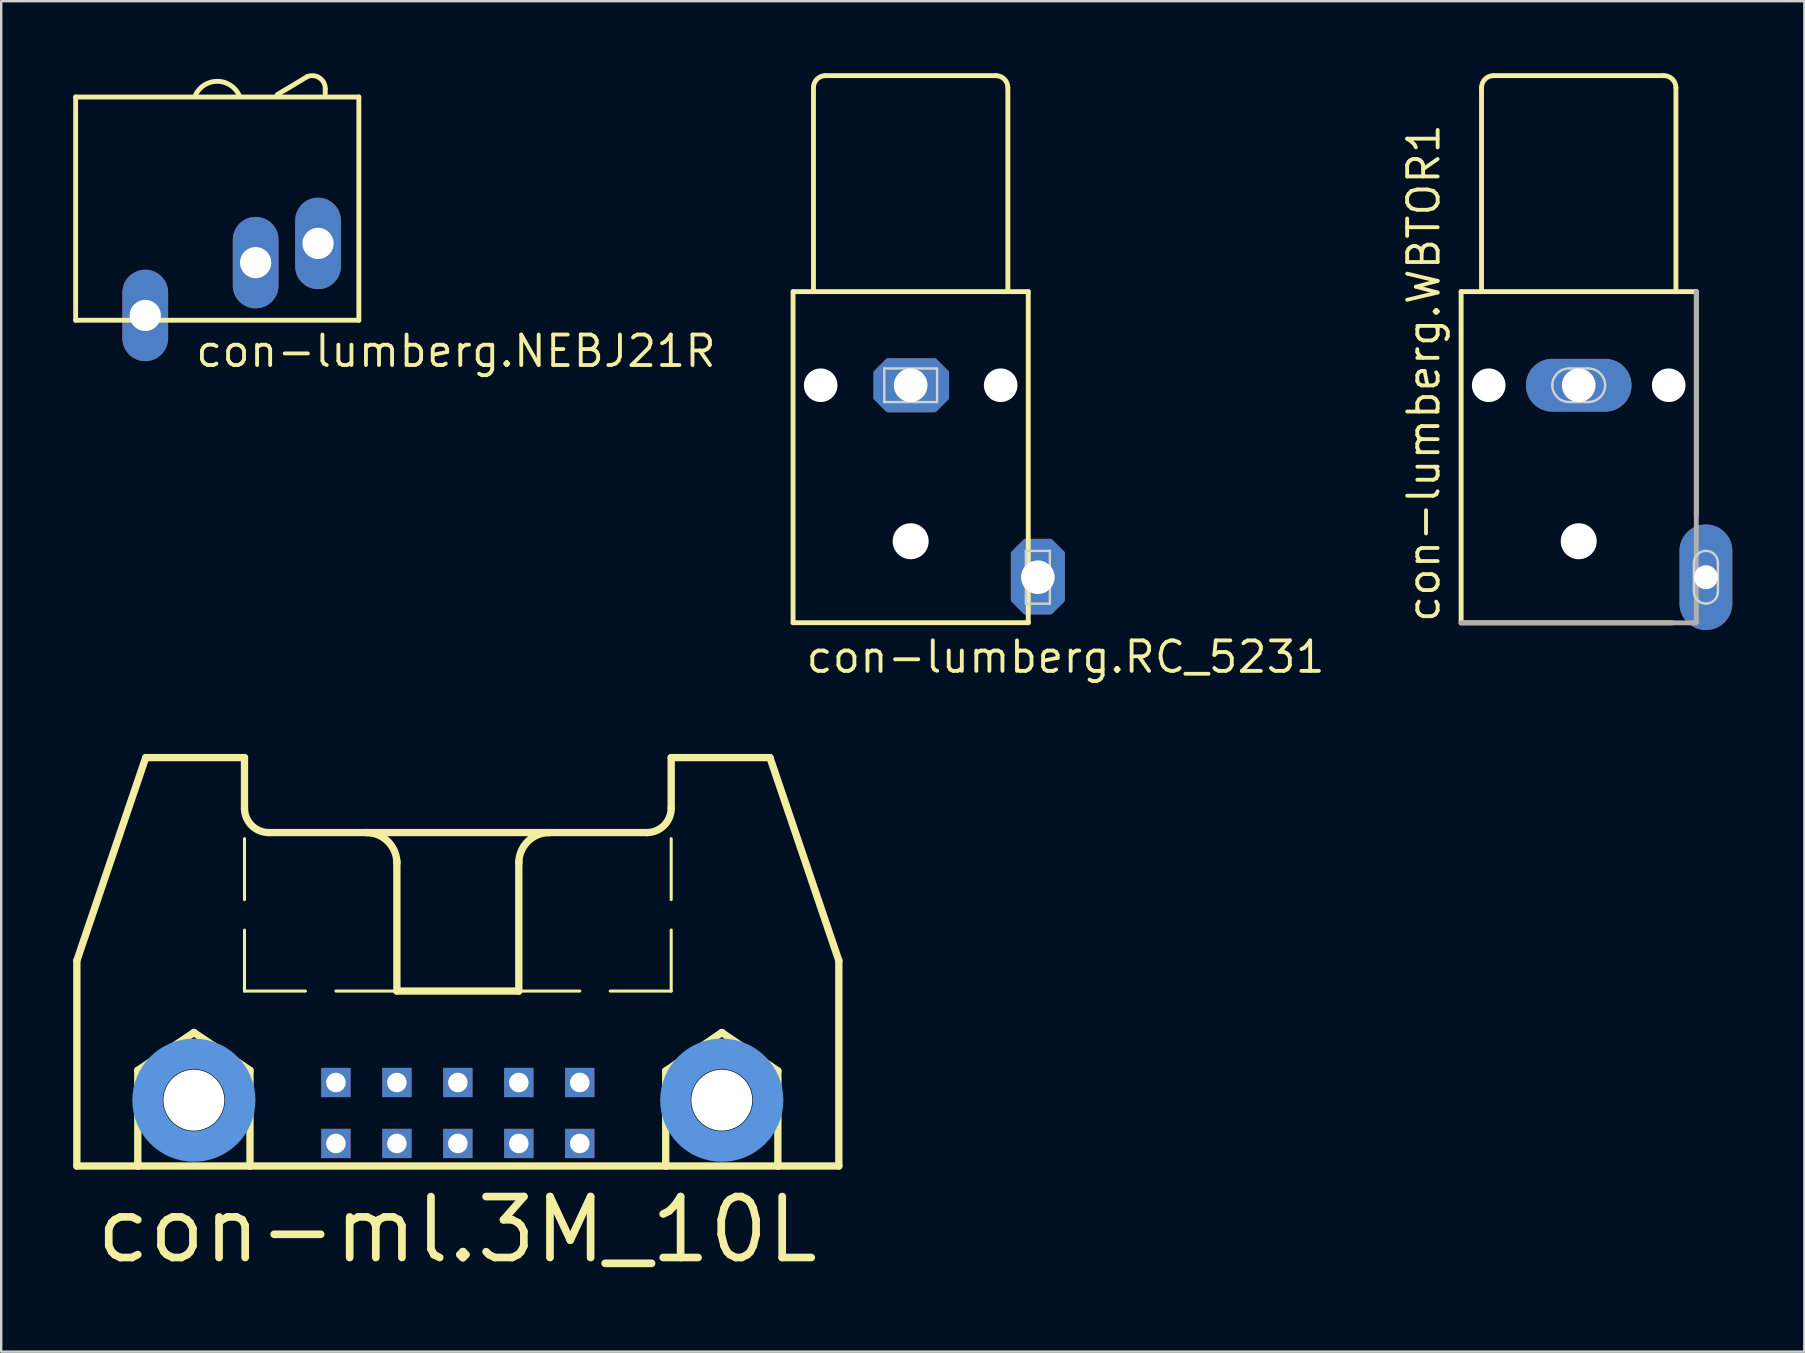
<source format=kicad_pcb>
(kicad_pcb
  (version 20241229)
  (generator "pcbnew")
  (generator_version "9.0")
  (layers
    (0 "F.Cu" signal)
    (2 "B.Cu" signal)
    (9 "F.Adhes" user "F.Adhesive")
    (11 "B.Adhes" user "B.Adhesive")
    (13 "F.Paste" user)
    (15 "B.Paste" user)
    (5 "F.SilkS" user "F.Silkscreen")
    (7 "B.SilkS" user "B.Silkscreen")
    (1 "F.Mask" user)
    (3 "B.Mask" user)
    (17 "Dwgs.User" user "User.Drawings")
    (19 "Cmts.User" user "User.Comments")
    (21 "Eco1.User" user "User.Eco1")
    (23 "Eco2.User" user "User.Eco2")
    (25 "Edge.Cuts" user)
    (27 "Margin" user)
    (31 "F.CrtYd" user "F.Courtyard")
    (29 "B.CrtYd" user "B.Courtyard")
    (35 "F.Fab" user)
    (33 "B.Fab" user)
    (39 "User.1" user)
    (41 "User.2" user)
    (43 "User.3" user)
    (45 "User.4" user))
  (footprint "con-lumberg.RC_5231"
    (layer "F.Cu")
    (at 34.895 13.002)
    (property "Reference" "con-lumberg.RC_5231" (at -4.445 12.065 0) (layer "F.SilkS") (effects (font (size 1.27 1.27) (thickness 0.16)) (justify left bottom)))
    (attr through_hole)
    (fp_poly (pts (xy 1 1.025) (xy -0.95 1.025) (xy -1.45 0.525) (xy -1.45 -0.525) (xy -0.95 -1.025) (xy 1 -1.025) (xy 1.5 -0.525) (xy 1.5 0.525)) (stroke (width 0.2) (type default)) (fill yes) (layer "F.Cu"))
    (fp_poly (pts (xy 4.275 7) (xy 4.275 8.95) (xy 4.775 9.45) (xy 5.825 9.45) (xy 6.325 8.95) (xy 6.325 7) (xy 5.825 6.5) (xy 4.775 6.5)) (stroke (width 0.2) (type default)) (fill yes) (layer "F.Cu"))
    (fp_poly (pts (xy 1 1.025) (xy -0.95 1.025) (xy -1.45 0.525) (xy -1.45 -0.525) (xy -0.95 -1.025) (xy 1 -1.025) (xy 1.5 -0.525) (xy 1.5 0.525)) (stroke (width 0.2) (type default)) (fill yes) (layer "B.Cu"))
    (fp_poly (pts (xy 4.275 7) (xy 4.275 8.95) (xy 4.775 9.45) (xy 5.825 9.45) (xy 6.325 8.95) (xy 6.325 7) (xy 5.825 6.5) (xy 4.775 6.5)) (stroke (width 0.2) (type default)) (fill yes) (layer "B.Cu"))
    (fp_line (start -4.9 -3.9) (end 4.9 -3.9) (stroke (width 0.203) (type default)) (layer "F.SilkS"))
    (fp_line (start -4.9 9.895) (end -4.9 -3.9) (stroke (width 0.203) (type default)) (layer "F.SilkS"))
    (fp_line (start -4.05 -4) (end -4.05 -12.4) (stroke (width 0.203) (type default)) (layer "F.SilkS"))
    (fp_line (start -3.55 -12.9) (end 3.55 -12.9) (stroke (width 0.203) (type default)) (layer "F.SilkS"))
    (fp_line (start 4.05 -12.4) (end 4.05 -4) (stroke (width 0.203) (type default)) (layer "F.SilkS"))
    (fp_line (start 4.9 -3.9) (end 4.9 9.895) (stroke (width 0.203) (type default)) (layer "F.SilkS"))
    (fp_line (start 4.9 9.895) (end -4.9 9.895) (stroke (width 0.203) (type default)) (layer "F.SilkS"))
    (fp_arc (start -4.05 -12.4) (mid -3.903553 -12.753553) (end -3.55 -12.9) (stroke (width 0.2032) (type default)) (layer "F.SilkS"))
    (fp_arc (start 3.55 -12.9) (mid 3.903553 -12.753553) (end 4.05 -12.4) (stroke (width 0.2032) (type default)) (layer "F.SilkS"))
    (fp_line (start -1.1 -0.7) (end 1.1 -0.7) (stroke (width 0.1) (type default)) (layer "Edge.Cuts"))
    (fp_line (start -1.1 0.7) (end -1.1 -0.7) (stroke (width 0.1) (type default)) (layer "Edge.Cuts"))
    (fp_line (start 1.1 -0.7) (end 1.1 0.7) (stroke (width 0.1) (type default)) (layer "Edge.Cuts"))
    (fp_line (start 1.1 0.7) (end -1.1 0.7) (stroke (width 0.1) (type default)) (layer "Edge.Cuts"))
    (fp_line (start 4.8 6.9) (end 4.8 9.1) (stroke (width 0.1) (type default)) (layer "Edge.Cuts"))
    (fp_line (start 4.8 9.1) (end 5.8 9.1) (stroke (width 0.1) (type default)) (layer "Edge.Cuts"))
    (fp_line (start 5.8 6.9) (end 4.8 6.9) (stroke (width 0.1) (type default)) (layer "Edge.Cuts"))
    (fp_line (start 5.8 9.1) (end 5.8 6.9) (stroke (width 0.1) (type default)) (layer "Edge.Cuts"))
    (pad "" np_thru_hole circle (at -3.75 0) (size 1.4 1.4) (drill 1.4) (layers "*.Cu" "*.Mask"))
    (pad "" np_thru_hole circle (at 0 6.5) (size 1.5 1.5) (drill 1.5) (layers "*.Cu" "*.Mask"))
    (pad "" np_thru_hole circle (at 3.75 0) (size 1.4 1.4) (drill 1.4) (layers "*.Cu" "*.Mask"))
    (pad "S" thru_hole circle (at 0 0) (size 1.778 1.778) (drill 1.4) (layers "*.Cu" "*.Mask"))
    (pad "T" thru_hole circle (at 5.3 8 180) (size 1.778 1.778) (drill 1.4) (layers "*.Cu" "*.Mask")))
  (footprint "con-ml.3M_10L"
    (layer "F.Cu")
    (at 16.027 39.515)
    (property "Reference" "con-ml.3M_10L" (at -15.24 10.16 0) (layer "F.SilkS") (effects (font (size 2.54 2.54) (thickness 0.32)) (justify left bottom)))
    (attr through_hole)
    (fp_line (start -15.875 -2.54) (end -15.875 6.02) (stroke (width 0.305) (type default)) (layer "F.SilkS"))
    (fp_line (start -15.875 -2.54) (end -13.005 -10.998) (stroke (width 0.305) (type default)) (layer "F.SilkS"))
    (fp_line (start -15.875 6.02) (end -13.335 6.02) (stroke (width 0.305) (type default)) (layer "F.SilkS"))
    (fp_line (start -13.335 2.032) (end -10.998 0.457) (stroke (width 0.305) (type default)) (layer "F.SilkS"))
    (fp_line (start -13.335 6.02) (end -13.335 2.032) (stroke (width 0.305) (type default)) (layer "F.SilkS"))
    (fp_line (start -13.335 6.02) (end -8.661 6.02) (stroke (width 0.305) (type default)) (layer "F.SilkS"))
    (fp_line (start -10.998 0.457) (end -8.661 2.032) (stroke (width 0.305) (type default)) (layer "F.SilkS"))
    (fp_line (start -8.89 -10.998) (end -13.005 -10.998) (stroke (width 0.305) (type default)) (layer "F.SilkS"))
    (fp_line (start -8.89 -8.89) (end -8.89 -10.998) (stroke (width 0.305) (type default)) (layer "F.SilkS"))
    (fp_line (start -8.89 -5.08) (end -8.89 -7.62) (stroke (width 0.127) (type default)) (layer "F.SilkS"))
    (fp_line (start -8.89 -1.27) (end -8.89 -3.81) (stroke (width 0.127) (type default)) (layer "F.SilkS"))
    (fp_line (start -8.89 -1.27) (end -6.35 -1.27) (stroke (width 0.127) (type default)) (layer "F.SilkS"))
    (fp_line (start -8.661 2.032) (end -8.661 6.02) (stroke (width 0.305) (type default)) (layer "F.SilkS"))
    (fp_line (start -8.661 6.02) (end 8.661 6.02) (stroke (width 0.305) (type default)) (layer "F.SilkS"))
    (fp_line (start -5.08 -1.27) (end -2.54 -1.27) (stroke (width 0.127) (type default)) (layer "F.SilkS"))
    (fp_line (start -3.81 -7.874) (end -7.874 -7.874) (stroke (width 0.305) (type default)) (layer "F.SilkS"))
    (fp_line (start -3.81 -7.874) (end 7.874 -7.874) (stroke (width 0.305) (type default)) (layer "F.SilkS"))
    (fp_line (start -2.54 -1.27) (end -2.54 -6.68) (stroke (width 0.305) (type default)) (layer "F.SilkS"))
    (fp_line (start 0 -1.27) (end 2.54 -1.27) (stroke (width 0.127) (type default)) (layer "F.SilkS"))
    (fp_line (start 2.54 -1.27) (end -2.54 -1.27) (stroke (width 0.305) (type default)) (layer "F.SilkS"))
    (fp_line (start 2.54 -1.27) (end 2.54 -6.68) (stroke (width 0.305) (type default)) (layer "F.SilkS"))
    (fp_line (start 5.08 -1.27) (end 2.54 -1.27) (stroke (width 0.127) (type default)) (layer "F.SilkS"))
    (fp_line (start 8.661 2.057) (end 10.998 0.457) (stroke (width 0.305) (type default)) (layer "F.SilkS"))
    (fp_line (start 8.661 6.02) (end 8.661 2.057) (stroke (width 0.305) (type default)) (layer "F.SilkS"))
    (fp_line (start 8.661 6.02) (end 13.335 6.02) (stroke (width 0.305) (type default)) (layer "F.SilkS"))
    (fp_line (start 8.89 -10.998) (end 13.005 -10.998) (stroke (width 0.305) (type default)) (layer "F.SilkS"))
    (fp_line (start 8.89 -8.89) (end 8.89 -10.998) (stroke (width 0.305) (type default)) (layer "F.SilkS"))
    (fp_line (start 8.89 -5.08) (end 8.89 -7.62) (stroke (width 0.127) (type default)) (layer "F.SilkS"))
    (fp_line (start 8.89 -1.27) (end 6.35 -1.27) (stroke (width 0.127) (type default)) (layer "F.SilkS"))
    (fp_line (start 8.89 -1.27) (end 8.89 -3.81) (stroke (width 0.127) (type default)) (layer "F.SilkS"))
    (fp_line (start 10.998 0.457) (end 13.335 2.057) (stroke (width 0.305) (type default)) (layer "F.SilkS"))
    (fp_line (start 13.335 2.057) (end 13.335 6.02) (stroke (width 0.305) (type default)) (layer "F.SilkS"))
    (fp_line (start 13.335 6.02) (end 15.875 6.02) (stroke (width 0.305) (type default)) (layer "F.SilkS"))
    (fp_line (start 15.875 -2.54) (end 13.005 -10.998) (stroke (width 0.305) (type default)) (layer "F.SilkS"))
    (fp_line (start 15.875 6.02) (end 15.875 -2.54) (stroke (width 0.305) (type default)) (layer "F.SilkS"))
    (fp_arc (start -7.874 -7.874) (mid -8.59242 -8.17158) (end -8.89 -8.89) (stroke (width 0.3048) (type default)) (layer "F.SilkS"))
    (fp_arc (start -3.81 -7.874) (mid -2.911974 -7.502026) (end -2.54 -6.604) (stroke (width 0.3048) (type default)) (layer "F.SilkS"))
    (fp_arc (start 2.54 -6.604) (mid 2.911974 -7.502026) (end 3.81 -7.874) (stroke (width 0.3048) (type default)) (layer "F.SilkS"))
    (fp_arc (start 8.89 -8.89) (mid 8.59242 -8.17158) (end 7.874 -7.874) (stroke (width 0.3048) (type default)) (layer "F.SilkS"))
    (fp_circle (center -10.998 3.277) (end -9.068 3.277) (stroke (width 1.27) (type default)) (fill no) (layer "Cmts.User"))
    (fp_circle (center 10.998 3.277) (end 12.929 3.277) (stroke (width 1.27) (type default)) (fill no) (layer "Cmts.User"))
    (pad "" np_thru_hole circle (at -10.998 3.277) (size 2.54 2.54) (drill 2.54) (layers "*.Cu" "*.Mask"))
    (pad "" np_thru_hole circle (at 10.998 3.277) (size 2.54 2.54) (drill 2.54) (layers "*.Cu" "*.Mask"))
    (pad "1" thru_hole rect (at -5.08 5.08) (size 1.219 1.219) (drill 0.813) (layers "*.Cu" "*.Mask"))
    (pad "2" thru_hole rect (at -5.08 2.54) (size 1.219 1.219) (drill 0.813) (layers "*.Cu" "*.Mask"))
    (pad "3" thru_hole rect (at -2.54 5.08) (size 1.219 1.219) (drill 0.813) (layers "*.Cu" "*.Mask"))
    (pad "4" thru_hole rect (at -2.54 2.54) (size 1.219 1.219) (drill 0.813) (layers "*.Cu" "*.Mask"))
    (pad "5" thru_hole rect (at 0 5.08) (size 1.219 1.219) (drill 0.813) (layers "*.Cu" "*.Mask"))
    (pad "6" thru_hole rect (at 0 2.54) (size 1.219 1.219) (drill 0.813) (layers "*.Cu" "*.Mask"))
    (pad "7" thru_hole rect (at 2.54 5.08) (size 1.219 1.219) (drill 0.813) (layers "*.Cu" "*.Mask"))
    (pad "8" thru_hole rect (at 2.54 2.54) (size 1.219 1.219) (drill 0.813) (layers "*.Cu" "*.Mask"))
    (pad "9" thru_hole rect (at 5.08 5.08) (size 1.219 1.219) (drill 0.813) (layers "*.Cu" "*.Mask"))
    (pad "10" thru_hole rect (at 5.08 2.54) (size 1.219 1.219) (drill 0.813) (layers "*.Cu" "*.Mask")))
  (footprint "con-lumberg.WBTOR1"
    (layer "F.Cu")
    (at 62.731 9.002)
    (property "Reference" "con-lumberg.WBTOR1" (at -5.715 13.97 90) (layer "F.SilkS") (effects (font (size 1.27 1.27) (thickness 0.16)) (justify left bottom)))
    (attr through_hole)
    (fp_line (start -4.9 0.1) (end -4.9 13.9) (stroke (width 0.203) (type default)) (layer "F.SilkS"))
    (fp_line (start -4.9 0.1) (end 4.9 0.1) (stroke (width 0.203) (type default)) (layer "F.SilkS"))
    (fp_line (start -4.9 13.9) (end 3.9 13.9) (stroke (width 0.203) (type default)) (layer "F.SilkS"))
    (fp_line (start -4.05 0) (end -4.05 -8.4) (stroke (width 0.203) (type default)) (layer "F.SilkS"))
    (fp_line (start -3.55 -8.9) (end 3.55 -8.9) (stroke (width 0.203) (type default)) (layer "F.SilkS"))
    (fp_line (start 4.05 -8.4) (end 4.05 0) (stroke (width 0.203) (type default)) (layer "F.SilkS"))
    (fp_line (start 4.9 0.1) (end 4.9 9.4) (stroke (width 0.203) (type default)) (layer "F.SilkS"))
    (fp_arc (start -4.05 -8.4) (mid -3.903553 -8.753553) (end -3.55 -8.9) (stroke (width 0.2032) (type default)) (layer "F.SilkS"))
    (fp_arc (start 3.55 -8.9) (mid 3.903553 -8.753553) (end 4.05 -8.4) (stroke (width 0.2032) (type default)) (layer "F.SilkS"))
    (fp_line (start -0.4 3.3) (end 0.4 3.3) (stroke (width 0.1) (type default)) (layer "Edge.Cuts"))
    (fp_line (start 0.4 4.7) (end -0.4 4.7) (stroke (width 0.1) (type default)) (layer "Edge.Cuts"))
    (fp_line (start 4.8 12.6) (end 4.8 11.4) (stroke (width 0.1) (type default)) (layer "Edge.Cuts"))
    (fp_line (start 5.8 11.4) (end 5.8 12.6) (stroke (width 0.1) (type default)) (layer "Edge.Cuts"))
    (fp_arc (start -1.1 4) (mid -0.894975 3.505025) (end -0.4 3.3) (stroke (width 0.1) (type default)) (layer "Edge.Cuts"))
    (fp_arc (start -0.4 4.7) (mid -0.894975 4.494975) (end -1.1 4) (stroke (width 0.1) (type default)) (layer "Edge.Cuts"))
    (fp_arc (start 0.4 3.3) (mid 0.894975 3.505025) (end 1.1 4) (stroke (width 0.1) (type default)) (layer "Edge.Cuts"))
    (fp_arc (start 1.1 4) (mid 0.894975 4.494975) (end 0.4 4.7) (stroke (width 0.1) (type default)) (layer "Edge.Cuts"))
    (fp_arc (start 4.8 11.4) (mid 4.946447 11.046447) (end 5.3 10.9) (stroke (width 0.1) (type default)) (layer "Edge.Cuts"))
    (fp_arc (start 5.3 10.9) (mid 5.653553 11.046447) (end 5.8 11.4) (stroke (width 0.1) (type default)) (layer "Edge.Cuts"))
    (fp_arc (start 5.3 13.1) (mid 4.946447 12.953553) (end 4.8 12.6) (stroke (width 0.1) (type default)) (layer "Edge.Cuts"))
    (fp_arc (start 5.8 12.6) (mid 5.653553 12.953553) (end 5.3 13.1) (stroke (width 0.1) (type default)) (layer "Edge.Cuts"))
    (fp_line (start -4.9 13.9) (end 4.9 13.9) (stroke (width 0.203) (type default)) (layer "F.Fab"))
    (fp_line (start 4.9 0.1) (end 4.9 13.9) (stroke (width 0.203) (type default)) (layer "F.Fab"))
    (pad "" np_thru_hole circle (at -3.75 4) (size 1.4 1.4) (drill 1.4) (layers "*.Cu" "*.Mask"))
    (pad "" np_thru_hole circle (at 0 10.5) (size 1.5 1.5) (drill 1.5) (layers "*.Cu" "*.Mask"))
    (pad "" np_thru_hole circle (at 3.75 4) (size 1.4 1.4) (drill 1.4) (layers "*.Cu" "*.Mask"))
    (pad "S" thru_hole oval (at 0 4) (size 4.4 2.2) (drill 1.4) (layers "*.Cu" "*.Mask"))
    (pad "T" thru_hole oval (at 5.3 12 90) (size 4.4 2.2) (drill 1) (layers "*.Cu" "*.Mask")))
  (footprint "con-lumberg.NEBJ21R"
    (layer "F.Cu")
    (at 6.002 0.893)
    (property "Reference" "con-lumberg.NEBJ21R" (at -0.985 11.43 0) (layer "F.SilkS") (effects (font (size 1.27 1.27) (thickness 0.16)) (justify left bottom)))
    (attr through_hole)
    (fp_line (start -5.9 0.1) (end 5.9 0.1) (stroke (width 0.203) (type default)) (layer "F.SilkS"))
    (fp_line (start -5.9 9.4) (end -5.9 0.1) (stroke (width 0.203) (type default)) (layer "F.SilkS"))
    (fp_line (start 3.75 -0.75) (end 2.5 0) (stroke (width 0.203) (type default)) (layer "F.SilkS"))
    (fp_line (start 4.5 -0.25) (end 4.5 0) (stroke (width 0.203) (type default)) (layer "F.SilkS"))
    (fp_line (start 5.9 0.1) (end 5.9 9.4) (stroke (width 0.203) (type default)) (layer "F.SilkS"))
    (fp_line (start 5.9 9.4) (end -5.9 9.4) (stroke (width 0.203) (type default)) (layer "F.SilkS"))
    (fp_arc (start -0.9 0) (mid 0 -0.556231) (end 0.9 0) (stroke (width 0.2032) (type default)) (layer "F.SilkS"))
    (fp_arc (start 3.75 -0.75) (mid 4.258796 -0.700694) (end 4.5 -0.25) (stroke (width 0.2032) (type default)) (layer "F.SilkS"))
    (pad "1" thru_hole oval (at -3 9.2 90) (size 3.81 1.905) (drill 1.3) (layers "*.Cu" "*.Mask"))
    (pad "2" thru_hole oval (at 1.6 7 90) (size 3.81 1.905) (drill 1.3) (layers "*.Cu" "*.Mask"))
    (pad "3" thru_hole oval (at 4.2 6.2 90) (size 3.81 1.905) (drill 1.3) (layers "*.Cu" "*.Mask")))
  (gr_rect
    (start -3 -3)
    (end 72.131 53.27)
    (stroke (width 0.1) (type default))
    (fill no)
    (layer "Edge.Cuts")))
</source>
